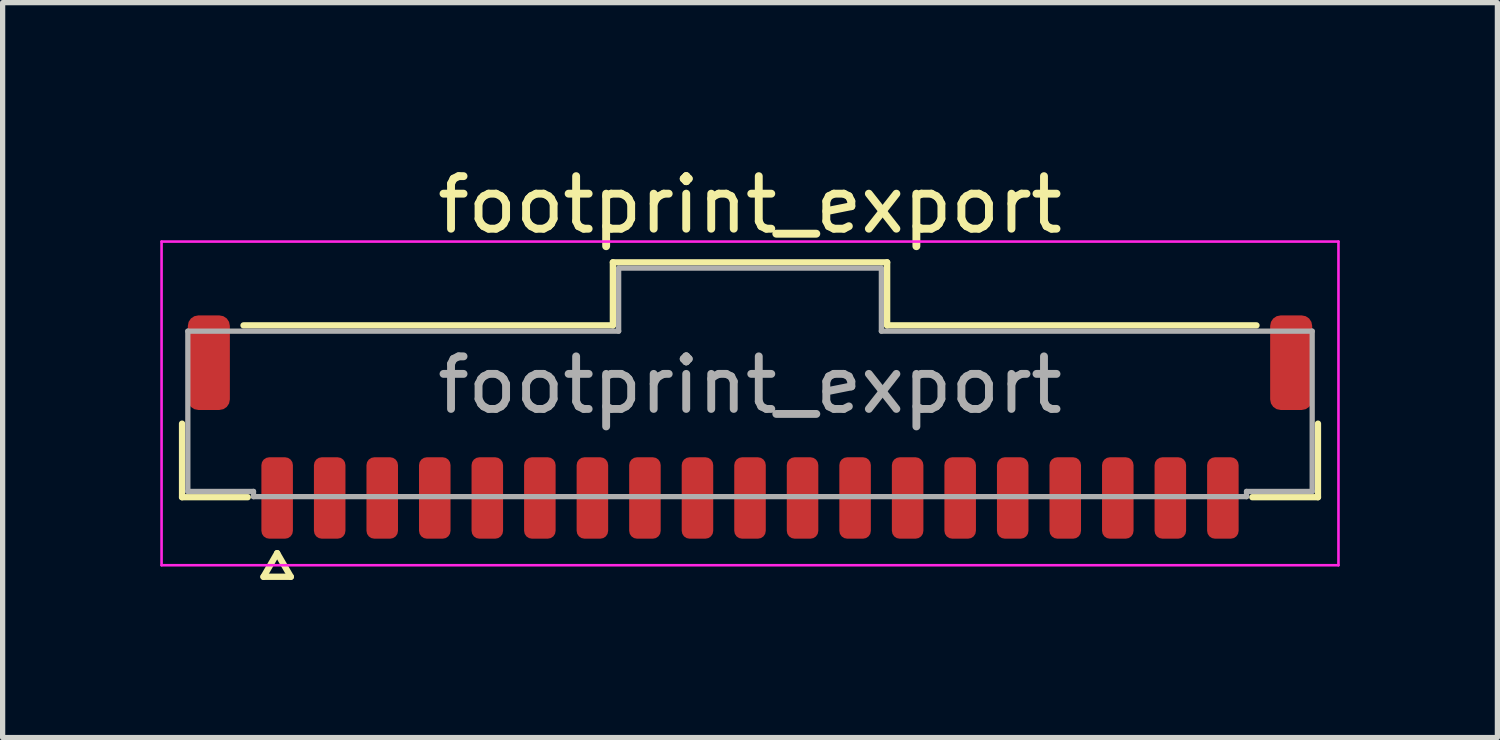
<source format=kicad_pcb>
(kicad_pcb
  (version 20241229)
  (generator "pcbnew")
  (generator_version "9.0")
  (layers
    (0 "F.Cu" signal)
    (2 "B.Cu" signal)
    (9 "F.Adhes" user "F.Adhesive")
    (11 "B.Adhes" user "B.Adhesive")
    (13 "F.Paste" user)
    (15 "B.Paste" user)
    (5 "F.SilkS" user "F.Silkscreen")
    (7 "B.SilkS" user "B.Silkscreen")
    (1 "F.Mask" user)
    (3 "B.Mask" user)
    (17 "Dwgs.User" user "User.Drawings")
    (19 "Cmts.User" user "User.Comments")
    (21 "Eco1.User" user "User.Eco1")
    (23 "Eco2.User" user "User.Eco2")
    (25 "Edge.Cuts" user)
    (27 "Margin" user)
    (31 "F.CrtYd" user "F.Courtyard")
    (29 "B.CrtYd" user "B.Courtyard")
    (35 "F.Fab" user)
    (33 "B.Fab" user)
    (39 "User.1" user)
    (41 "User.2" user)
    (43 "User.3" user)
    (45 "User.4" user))
  (footprint "footprint_export"
    (layer "F.Cu")
    (at 11.225 4.278)
    (property "Reference" "footprint_export" (at 0 -3.43 0) (layer "F.SilkS") (effects (font (size 1 1) (thickness 0.15))))
    (attr smd)
    (fp_line (start -10.81 2.135) (end -10.81 0.735) (stroke (width 0.12) (type solid)) (layer "F.SilkS"))
    (fp_line (start -9.64 -1.135) (end -2.61 -1.135) (stroke (width 0.12) (type solid)) (layer "F.SilkS"))
    (fp_line (start -9.56 2.135) (end -10.81 2.135) (stroke (width 0.12) (type solid)) (layer "F.SilkS"))
    (fp_line (start -9.26 3.65) (end -9 3.2) (stroke (width 0.12) (type solid)) (layer "F.SilkS"))
    (fp_line (start -9 3.2) (end -8.74 3.65) (stroke (width 0.12) (type solid)) (layer "F.SilkS"))
    (fp_line (start -8.74 3.65) (end -9.26 3.65) (stroke (width 0.12) (type solid)) (layer "F.SilkS"))
    (fp_line (start -2.61 -2.335) (end 2.61 -2.335) (stroke (width 0.12) (type solid)) (layer "F.SilkS"))
    (fp_line (start -2.61 -1.135) (end -2.61 -2.335) (stroke (width 0.12) (type solid)) (layer "F.SilkS"))
    (fp_line (start 2.61 -2.335) (end 2.61 -1.135) (stroke (width 0.12) (type solid)) (layer "F.SilkS"))
    (fp_line (start 2.61 -1.135) (end 9.64 -1.135) (stroke (width 0.12) (type solid)) (layer "F.SilkS"))
    (fp_line (start 10.81 0.735) (end 10.81 2.135) (stroke (width 0.12) (type solid)) (layer "F.SilkS"))
    (fp_line (start 10.81 2.135) (end 9.56 2.135) (stroke (width 0.12) (type solid)) (layer "F.SilkS"))
    (fp_line (start -11.2 -2.73) (end -11.2 3.43) (stroke (width 0.05) (type solid)) (layer "F.CrtYd"))
    (fp_line (start -11.2 3.43) (end 11.2 3.43) (stroke (width 0.05) (type solid)) (layer "F.CrtYd"))
    (fp_line (start 11.2 -2.73) (end -11.2 -2.73) (stroke (width 0.05) (type solid)) (layer "F.CrtYd"))
    (fp_line (start 11.2 3.43) (end 11.2 -2.73) (stroke (width 0.05) (type solid)) (layer "F.CrtYd"))
    (fp_line (start -10.7 -1.025) (end -2.5 -1.025) (stroke (width 0.1) (type solid)) (layer "F.Fab"))
    (fp_line (start -10.7 2.025) (end -10.7 -1.025) (stroke (width 0.1) (type solid)) (layer "F.Fab"))
    (fp_line (start -9.45 2.025) (end -10.7 2.025) (stroke (width 0.1) (type solid)) (layer "F.Fab"))
    (fp_line (start -9.45 2.125) (end -9.45 2.025) (stroke (width 0.1) (type solid)) (layer "F.Fab"))
    (fp_line (start -2.5 -2.225) (end 2.5 -2.225) (stroke (width 0.1) (type solid)) (layer "F.Fab"))
    (fp_line (start -2.5 -1.025) (end -2.5 -2.225) (stroke (width 0.1) (type solid)) (layer "F.Fab"))
    (fp_line (start 2.5 -2.225) (end 2.5 -1.025) (stroke (width 0.1) (type solid)) (layer "F.Fab"))
    (fp_line (start 2.5 -1.025) (end 10.7 -1.025) (stroke (width 0.1) (type solid)) (layer "F.Fab"))
    (fp_line (start 9.45 2.025) (end 9.45 2.125) (stroke (width 0.1) (type solid)) (layer "F.Fab"))
    (fp_line (start 9.45 2.125) (end -9.45 2.125) (stroke (width 0.1) (type solid)) (layer "F.Fab"))
    (fp_line (start 10.7 -1.025) (end 10.7 2.025) (stroke (width 0.1) (type solid)) (layer "F.Fab"))
    (fp_line (start 10.7 2.025) (end 9.45 2.025) (stroke (width 0.1) (type solid)) (layer "F.Fab"))
    (fp_text user "${REFERENCE}" (at 0 0 0) (layer "F.Fab") (effects (font (size 1 1) (thickness 0.15))))
    (pad "1" smd roundrect (at -9 2.15) (size 0.6 1.55) (layers "F.Cu" "F.Mask" "F.Paste") (roundrect_rratio 0.25))
    (pad "2" smd roundrect (at -8 2.15) (size 0.6 1.55) (layers "F.Cu" "F.Mask" "F.Paste") (roundrect_rratio 0.25))
    (pad "3" smd roundrect (at -7 2.15) (size 0.6 1.55) (layers "F.Cu" "F.Mask" "F.Paste") (roundrect_rratio 0.25))
    (pad "4" smd roundrect (at -6 2.15) (size 0.6 1.55) (layers "F.Cu" "F.Mask" "F.Paste") (roundrect_rratio 0.25))
    (pad "5" smd roundrect (at -5 2.15) (size 0.6 1.55) (layers "F.Cu" "F.Mask" "F.Paste") (roundrect_rratio 0.25))
    (pad "6" smd roundrect (at -4 2.15) (size 0.6 1.55) (layers "F.Cu" "F.Mask" "F.Paste") (roundrect_rratio 0.25))
    (pad "7" smd roundrect (at -3 2.15) (size 0.6 1.55) (layers "F.Cu" "F.Mask" "F.Paste") (roundrect_rratio 0.25))
    (pad "8" smd roundrect (at -2 2.15) (size 0.6 1.55) (layers "F.Cu" "F.Mask" "F.Paste") (roundrect_rratio 0.25))
    (pad "9" smd roundrect (at -1 2.15) (size 0.6 1.55) (layers "F.Cu" "F.Mask" "F.Paste") (roundrect_rratio 0.25))
    (pad "10" smd roundrect (at 0 2.15) (size 0.6 1.55) (layers "F.Cu" "F.Mask" "F.Paste") (roundrect_rratio 0.25))
    (pad "11" smd roundrect (at 1 2.15) (size 0.6 1.55) (layers "F.Cu" "F.Mask" "F.Paste") (roundrect_rratio 0.25))
    (pad "12" smd roundrect (at 2 2.15) (size 0.6 1.55) (layers "F.Cu" "F.Mask" "F.Paste") (roundrect_rratio 0.25))
    (pad "13" smd roundrect (at 3 2.15) (size 0.6 1.55) (layers "F.Cu" "F.Mask" "F.Paste") (roundrect_rratio 0.25))
    (pad "14" smd roundrect (at 4 2.15) (size 0.6 1.55) (layers "F.Cu" "F.Mask" "F.Paste") (roundrect_rratio 0.25))
    (pad "15" smd roundrect (at 5 2.15) (size 0.6 1.55) (layers "F.Cu" "F.Mask" "F.Paste") (roundrect_rratio 0.25))
    (pad "16" smd roundrect (at 6 2.15) (size 0.6 1.55) (layers "F.Cu" "F.Mask" "F.Paste") (roundrect_rratio 0.25))
    (pad "17" smd roundrect (at 7 2.15) (size 0.6 1.55) (layers "F.Cu" "F.Mask" "F.Paste") (roundrect_rratio 0.25))
    (pad "18" smd roundrect (at 8 2.15) (size 0.6 1.55) (layers "F.Cu" "F.Mask" "F.Paste") (roundrect_rratio 0.25))
    (pad "19" smd roundrect (at 9 2.15) (size 0.6 1.55) (layers "F.Cu" "F.Mask" "F.Paste") (roundrect_rratio 0.25))
    (pad "MP" smd roundrect (at -10.3 -0.425) (size 0.8 1.8) (layers "F.Cu" "F.Mask" "F.Paste") (roundrect_rratio 0.25))
    (pad "MP" smd roundrect (at 10.3 -0.425) (size 0.8 1.8) (layers "F.Cu" "F.Mask" "F.Paste") (roundrect_rratio 0.25)))
  (gr_rect
    (start -3 -3)
    (end 25.45 10.988)
    (stroke (width 0.1) (type default))
    (fill no)
    (layer "Edge.Cuts")))
</source>
